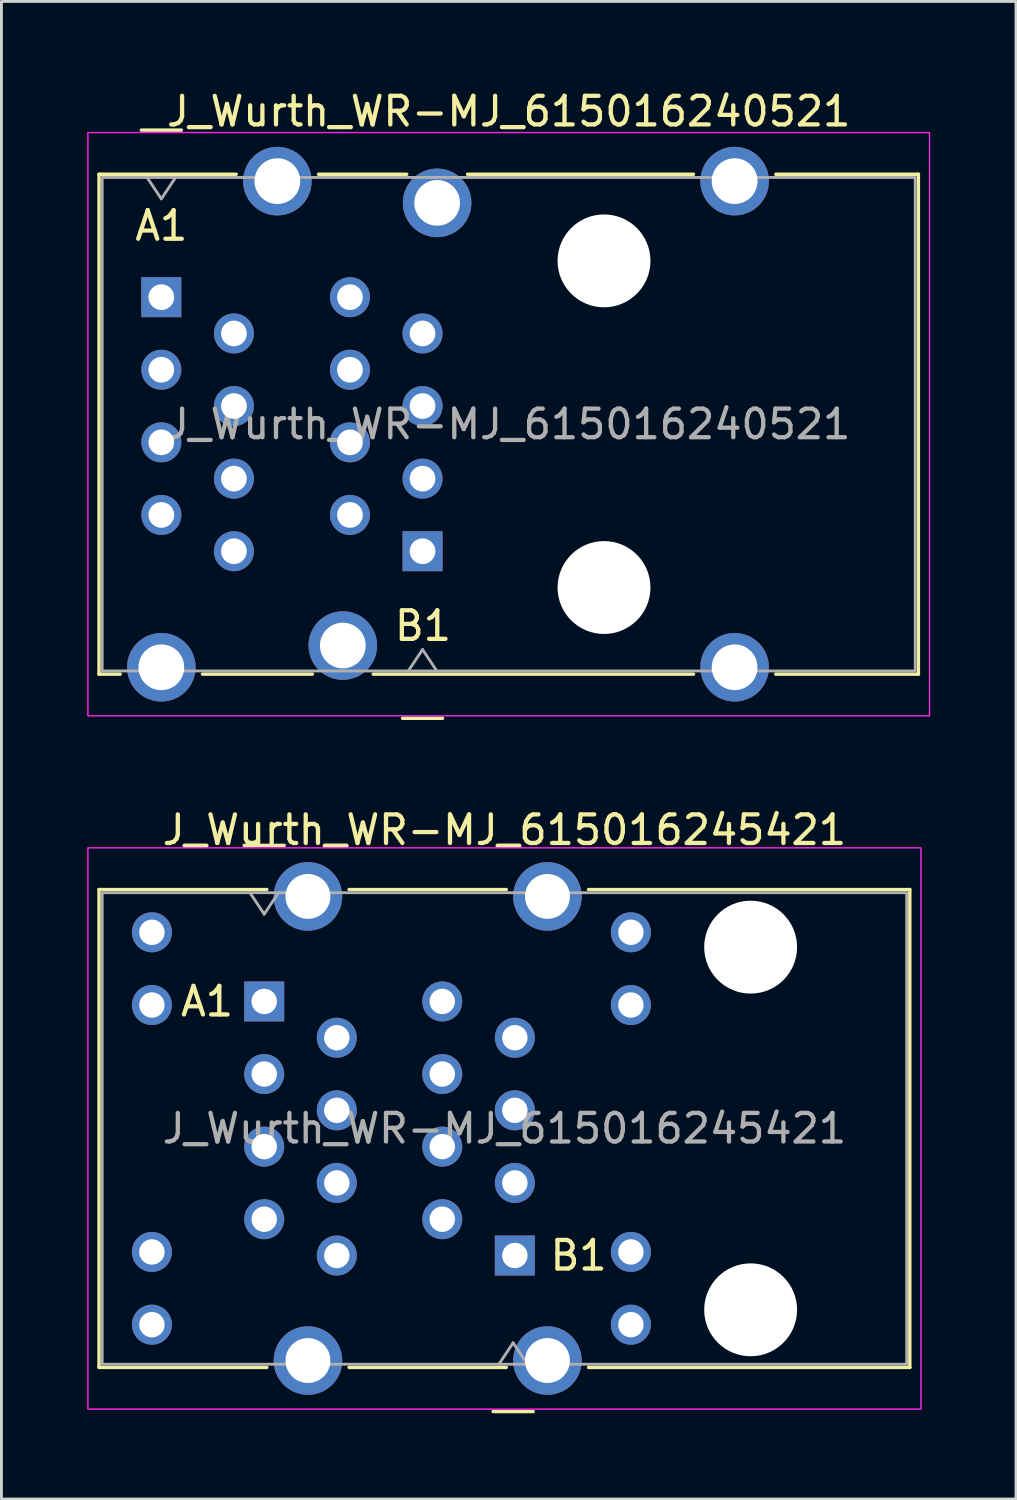
<source format=kicad_pcb>
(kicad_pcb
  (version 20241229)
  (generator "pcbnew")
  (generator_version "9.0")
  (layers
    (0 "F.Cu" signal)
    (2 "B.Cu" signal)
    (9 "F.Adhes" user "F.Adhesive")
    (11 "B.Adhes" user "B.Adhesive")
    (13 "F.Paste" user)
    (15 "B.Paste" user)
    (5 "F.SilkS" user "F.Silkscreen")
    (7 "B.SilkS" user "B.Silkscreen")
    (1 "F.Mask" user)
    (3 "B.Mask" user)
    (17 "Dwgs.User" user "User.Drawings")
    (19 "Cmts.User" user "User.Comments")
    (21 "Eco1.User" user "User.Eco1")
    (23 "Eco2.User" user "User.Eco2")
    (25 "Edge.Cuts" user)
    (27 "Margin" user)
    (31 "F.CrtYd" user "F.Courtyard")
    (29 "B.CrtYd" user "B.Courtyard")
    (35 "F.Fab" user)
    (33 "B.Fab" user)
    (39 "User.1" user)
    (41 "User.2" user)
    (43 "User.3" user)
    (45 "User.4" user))
  (footprint "J_Wurth_WR-MJ_615016240521"
    (layer "F.Cu")
    (at 2.595 7.348)
    (property "Reference" "J_Wurth_WR-MJ_615016240521" (at 12.155 -6.5 0) (unlocked yes) (layer "F.SilkS") (effects (font (size 1 1) (thickness 0.15))))
    (attr through_hole)
    (fp_line (start -2.18 13.19) (end -2.18 -4.3) (stroke (width 0.12) (type solid)) (layer "F.SilkS"))
    (fp_line (start -1.44 13.19) (end -2.18 13.19) (stroke (width 0.12) (type solid)) (layer "F.SilkS"))
    (fp_line (start 0.7 -5.845) (end -0.7 -5.845) (stroke (width 0.12) (type solid)) (layer "F.SilkS"))
    (fp_line (start 1.44 13.19) (end 5.286 13.19) (stroke (width 0.12) (type solid)) (layer "F.SilkS"))
    (fp_line (start 2.62 -4.3) (end -2.18 -4.3) (stroke (width 0.12) (type solid)) (layer "F.SilkS"))
    (fp_line (start 5.5 -4.3) (end 8.586 -4.3) (stroke (width 0.12) (type solid)) (layer "F.SilkS"))
    (fp_line (start 7.414 13.19) (end 18.62 13.19) (stroke (width 0.12) (type solid)) (layer "F.SilkS"))
    (fp_line (start 8.44 14.735) (end 9.84 14.735) (stroke (width 0.12) (type solid)) (layer "F.SilkS"))
    (fp_line (start 10.714 -4.3) (end 18.62 -4.3) (stroke (width 0.12) (type solid)) (layer "F.SilkS"))
    (fp_line (start 21.5 -4.3) (end 26.49 -4.3) (stroke (width 0.12) (type solid)) (layer "F.SilkS"))
    (fp_line (start 21.5 13.19) (end 26.49 13.19) (stroke (width 0.12) (type solid)) (layer "F.SilkS"))
    (fp_line (start 26.49 -4.3) (end 26.49 13.19) (stroke (width 0.12) (type solid)) (layer "F.SilkS"))
    (fp_rect (start -2.57 -5.76) (end 26.88 14.65) (stroke (width 0.05) (type solid)) (fill no) (layer "F.CrtYd"))
    (fp_line (start 0 -3.44) (end -0.5 -4.19) (stroke (width 0.1) (type solid)) (layer "F.Fab"))
    (fp_line (start 0 -3.44) (end 0.5 -4.19) (stroke (width 0.1) (type solid)) (layer "F.Fab"))
    (fp_line (start 9.14 12.33) (end 8.64 13.08) (stroke (width 0.1) (type solid)) (layer "F.Fab"))
    (fp_line (start 9.14 12.33) (end 9.64 13.08) (stroke (width 0.1) (type solid)) (layer "F.Fab"))
    (fp_rect (start -2.07 -4.19) (end 26.38 13.08) (stroke (width 0.1) (type solid)) (fill no) (layer "F.Fab"))
    (fp_text user "B1" (at 9.155 11.5 0) (unlocked yes) (layer "F.SilkS") (effects (font (size 1 1) (thickness 0.15))))
    (fp_text user "A1" (at 0 -2.5 0) (unlocked yes) (layer "F.SilkS") (effects (font (size 1 1) (thickness 0.15))))
    (fp_text user "${REFERENCE}" (at 12.155 4.445 0) (unlocked yes) (layer "F.Fab") (effects (font (size 1 1) (thickness 0.15))))
    (pad "" np_thru_hole circle (at 15.49 -1.27 90) (size 3.25 3.25) (drill 3.25) (layers "*.Cu" "*.Mask"))
    (pad "" np_thru_hole circle (at 15.49 10.16 90) (size 3.25 3.25) (drill 3.25) (layers "*.Cu" "*.Mask"))
    (pad "A1" thru_hole rect (at 0 0 90) (size 1.4 1.4) (drill 0.9) (layers "*.Cu" "*.Mask"))
    (pad "A2" thru_hole circle (at 2.54 1.27 90) (size 1.4 1.4) (drill 0.9) (layers "*.Cu" "*.Mask"))
    (pad "A3" thru_hole circle (at 0 2.54 90) (size 1.4 1.4) (drill 0.9) (layers "*.Cu" "*.Mask"))
    (pad "A4" thru_hole circle (at 2.54 3.81 90) (size 1.4 1.4) (drill 0.9) (layers "*.Cu" "*.Mask"))
    (pad "A5" thru_hole circle (at 0 5.08 90) (size 1.4 1.4) (drill 0.9) (layers "*.Cu" "*.Mask"))
    (pad "A6" thru_hole circle (at 2.54 6.35 90) (size 1.4 1.4) (drill 0.9) (layers "*.Cu" "*.Mask"))
    (pad "A7" thru_hole circle (at 0 7.62 90) (size 1.4 1.4) (drill 0.9) (layers "*.Cu" "*.Mask"))
    (pad "A8" thru_hole circle (at 2.54 8.89 90) (size 1.4 1.4) (drill 0.9) (layers "*.Cu" "*.Mask"))
    (pad "B1" thru_hole rect (at 9.14 8.89 90) (size 1.4 1.4) (drill 0.9) (layers "*.Cu" "*.Mask"))
    (pad "B2" thru_hole circle (at 6.6 7.62 90) (size 1.4 1.4) (drill 0.9) (layers "*.Cu" "*.Mask"))
    (pad "B3" thru_hole circle (at 9.14 6.35 90) (size 1.4 1.4) (drill 0.9) (layers "*.Cu" "*.Mask"))
    (pad "B4" thru_hole circle (at 6.6 5.08 90) (size 1.4 1.4) (drill 0.9) (layers "*.Cu" "*.Mask"))
    (pad "B5" thru_hole circle (at 9.14 3.81 90) (size 1.4 1.4) (drill 0.9) (layers "*.Cu" "*.Mask"))
    (pad "B6" thru_hole circle (at 6.6 2.54 90) (size 1.4 1.4) (drill 0.9) (layers "*.Cu" "*.Mask"))
    (pad "B7" thru_hole circle (at 9.14 1.27 90) (size 1.4 1.4) (drill 0.9) (layers "*.Cu" "*.Mask"))
    (pad "B8" thru_hole circle (at 6.6 0 90) (size 1.4 1.4) (drill 0.9) (layers "*.Cu" "*.Mask"))
    (pad "S1" thru_hole circle (at 0 12.95 90) (size 2.4 2.4) (drill 1.6) (layers "*.Cu" "*.Mask"))
    (pad "S2" thru_hole circle (at 4.06 -4.06 90) (size 2.4 2.4) (drill 1.6) (layers "*.Cu" "*.Mask"))
    (pad "S3" thru_hole circle (at 6.35 12.19 90) (size 2.4 2.4) (drill 1.6) (layers "*.Cu" "*.Mask"))
    (pad "S4" thru_hole circle (at 9.65 -3.3 90) (size 2.4 2.4) (drill 1.6) (layers "*.Cu" "*.Mask"))
    (pad "S5" thru_hole circle (at 20.06 12.95 90) (size 2.4 2.4) (drill 1.6) (layers "*.Cu" "*.Mask"))
    (pad "S6" thru_hole circle (at 20.06 -4.06 90) (size 2.4 2.4) (drill 1.6) (layers "*.Cu" "*.Mask")))
  (footprint "J_Wurth_WR-MJ_615016245421"
    (layer "F.Cu")
    (at 6.195 31.991)
    (property "Reference" "J_Wurth_WR-MJ_615016245421" (at 8.405 -6 0) (unlocked yes) (layer "F.SilkS") (effects (font (size 1 1) (thickness 0.15))))
    (attr through_hole)
    (fp_line (start -5.78 -3.915) (end -5.78 12.805) (stroke (width 0.12) (type solid)) (layer "F.SilkS"))
    (fp_line (start 0.09 -3.915) (end -5.78 -3.915) (stroke (width 0.12) (type solid)) (layer "F.SilkS"))
    (fp_line (start 0.09 12.805) (end -5.78 12.805) (stroke (width 0.12) (type solid)) (layer "F.SilkS"))
    (fp_line (start 0.7 -5.46) (end -0.7 -5.46) (stroke (width 0.12) (type solid)) (layer "F.SilkS"))
    (fp_line (start 2.97 12.805) (end 8.47 12.805) (stroke (width 0.12) (type solid)) (layer "F.SilkS"))
    (fp_line (start 8.01 14.35) (end 9.41 14.35) (stroke (width 0.12) (type solid)) (layer "F.SilkS"))
    (fp_line (start 8.47 -3.915) (end 2.97 -3.915) (stroke (width 0.12) (type solid)) (layer "F.SilkS"))
    (fp_line (start 11.35 -3.915) (end 22.59 -3.915) (stroke (width 0.12) (type solid)) (layer "F.SilkS"))
    (fp_line (start 11.35 12.805) (end 22.59 12.805) (stroke (width 0.12) (type solid)) (layer "F.SilkS"))
    (fp_line (start 22.59 -3.915) (end 22.59 12.805) (stroke (width 0.12) (type solid)) (layer "F.SilkS"))
    (fp_rect (start -6.17 -5.375) (end 22.98 14.265) (stroke (width 0.05) (type solid)) (fill no) (layer "F.CrtYd"))
    (fp_line (start 0 -3.055) (end -0.5 -3.805) (stroke (width 0.1) (type solid)) (layer "F.Fab"))
    (fp_line (start 0 -3.055) (end 0.5 -3.805) (stroke (width 0.1) (type solid)) (layer "F.Fab"))
    (fp_line (start 8.71 11.945) (end 8.21 12.695) (stroke (width 0.1) (type solid)) (layer "F.Fab"))
    (fp_line (start 8.71 11.945) (end 9.21 12.695) (stroke (width 0.1) (type solid)) (layer "F.Fab"))
    (fp_rect (start -5.67 -3.805) (end 22.48 12.695) (stroke (width 0.1) (type solid)) (fill no) (layer "F.Fab"))
    (fp_text user "A1" (at -2 0 0) (unlocked yes) (layer "F.SilkS") (effects (font (size 1 1) (thickness 0.15))))
    (fp_text user "B1" (at 11 8.89 0) (unlocked yes) (layer "F.SilkS") (effects (font (size 1 1) (thickness 0.15))))
    (fp_text user "${REFERENCE}" (at 8.405 4.445 0) (unlocked yes) (layer "F.Fab") (effects (font (size 1 1) (thickness 0.15))))
    (pad "" np_thru_hole circle (at 17.02 -1.9 90) (size 3.25 3.25) (drill 3.25) (layers "*.Cu" "*.Mask"))
    (pad "" np_thru_hole circle (at 17.02 10.79 90) (size 3.25 3.25) (drill 3.25) (layers "*.Cu" "*.Mask"))
    (pad "A1" thru_hole rect (at 0 0 90) (size 1.4 1.4) (drill 0.89) (layers "*.Cu" "*.Mask"))
    (pad "A2" thru_hole circle (at 2.54 1.27 90) (size 1.4 1.4) (drill 0.89) (layers "*.Cu" "*.Mask"))
    (pad "A3" thru_hole circle (at 0 2.54 90) (size 1.4 1.4) (drill 0.89) (layers "*.Cu" "*.Mask"))
    (pad "A4" thru_hole circle (at 2.54 3.81 90) (size 1.4 1.4) (drill 0.89) (layers "*.Cu" "*.Mask"))
    (pad "A5" thru_hole circle (at 0 5.08 90) (size 1.4 1.4) (drill 0.89) (layers "*.Cu" "*.Mask"))
    (pad "A6" thru_hole circle (at 2.54 6.35 90) (size 1.4 1.4) (drill 0.89) (layers "*.Cu" "*.Mask"))
    (pad "A7" thru_hole circle (at 0 7.62 90) (size 1.4 1.4) (drill 0.89) (layers "*.Cu" "*.Mask"))
    (pad "A8" thru_hole circle (at 2.54 8.89 90) (size 1.4 1.4) (drill 0.89) (layers "*.Cu" "*.Mask"))
    (pad "A9" thru_hole circle (at -3.93 11.31 90) (size 1.4 1.4) (drill 0.89) (layers "*.Cu" "*.Mask"))
    (pad "A10" thru_hole circle (at -3.93 8.765 90) (size 1.4 1.4) (drill 0.89) (layers "*.Cu" "*.Mask"))
    (pad "A11" thru_hole circle (at -3.93 0.125 90) (size 1.4 1.4) (drill 0.89) (layers "*.Cu" "*.Mask"))
    (pad "A12" thru_hole circle (at -3.93 -2.42 90) (size 1.4 1.4) (drill 0.89) (layers "*.Cu" "*.Mask"))
    (pad "B1" thru_hole rect (at 8.77 8.89 90) (size 1.4 1.4) (drill 0.89) (layers "*.Cu" "*.Mask"))
    (pad "B2" thru_hole circle (at 6.23 7.62 90) (size 1.4 1.4) (drill 0.89) (layers "*.Cu" "*.Mask"))
    (pad "B3" thru_hole circle (at 8.77 6.35 90) (size 1.4 1.4) (drill 0.89) (layers "*.Cu" "*.Mask"))
    (pad "B4" thru_hole circle (at 6.23 5.08 90) (size 1.4 1.4) (drill 0.89) (layers "*.Cu" "*.Mask"))
    (pad "B5" thru_hole circle (at 8.77 3.81 90) (size 1.4 1.4) (drill 0.89) (layers "*.Cu" "*.Mask"))
    (pad "B6" thru_hole circle (at 6.23 2.54 90) (size 1.4 1.4) (drill 0.89) (layers "*.Cu" "*.Mask"))
    (pad "B7" thru_hole circle (at 8.77 1.27 90) (size 1.4 1.4) (drill 0.89) (layers "*.Cu" "*.Mask"))
    (pad "B8" thru_hole circle (at 6.23 0 90) (size 1.4 1.4) (drill 0.89) (layers "*.Cu" "*.Mask"))
    (pad "B9" thru_hole circle (at 12.83 11.31 90) (size 1.4 1.4) (drill 0.89) (layers "*.Cu" "*.Mask"))
    (pad "B10" thru_hole circle (at 12.83 8.765 90) (size 1.4 1.4) (drill 0.89) (layers "*.Cu" "*.Mask"))
    (pad "B11" thru_hole circle (at 12.83 0.125 90) (size 1.4 1.4) (drill 0.89) (layers "*.Cu" "*.Mask"))
    (pad "B12" thru_hole circle (at 12.83 -2.42 90) (size 1.4 1.4) (drill 0.89) (layers "*.Cu" "*.Mask"))
    (pad "S1" thru_hole circle (at 1.53 12.565 90) (size 2.4 2.4) (drill 1.57) (layers "*.Cu" "*.Mask"))
    (pad "S2" thru_hole circle (at 1.53 -3.675 90) (size 2.4 2.4) (drill 1.57) (layers "*.Cu" "*.Mask"))
    (pad "S3" thru_hole circle (at 9.91 12.565 90) (size 2.4 2.4) (drill 1.57) (layers "*.Cu" "*.Mask"))
    (pad "S4" thru_hole circle (at 9.91 -3.675 90) (size 2.4 2.4) (drill 1.57) (layers "*.Cu" "*.Mask")))
  (gr_rect
    (start -3 -3)
    (end 32.5 49.401)
    (stroke (width 0.1) (type default))
    (fill no)
    (layer "Edge.Cuts")))
</source>
